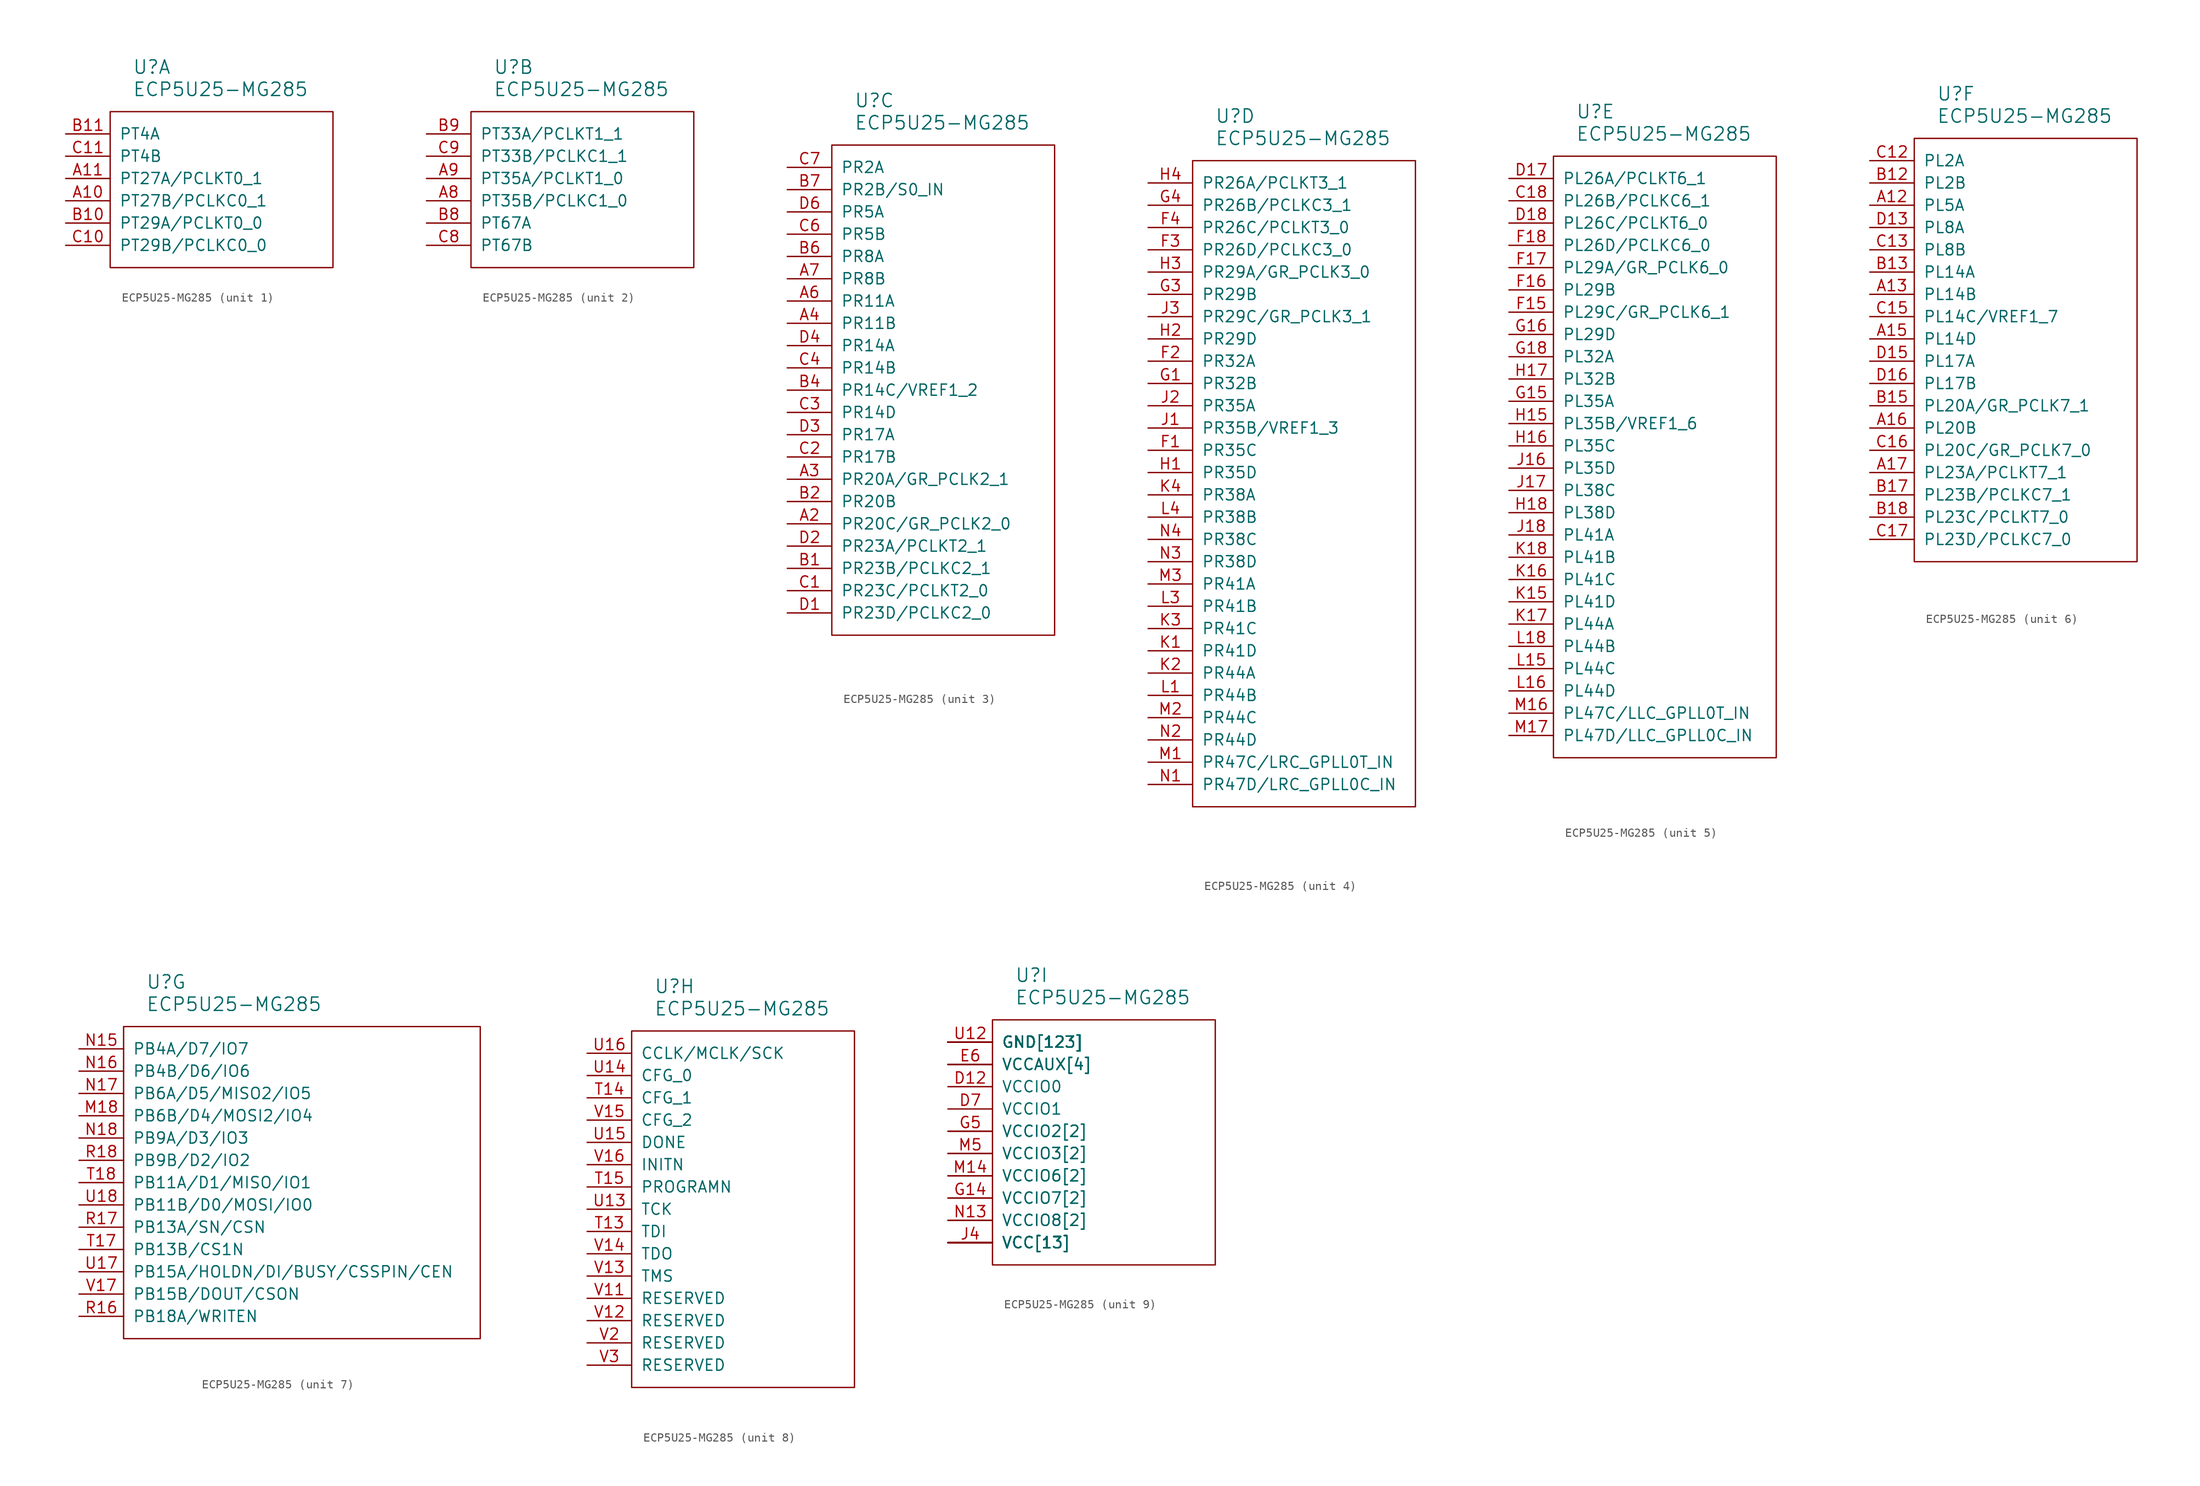
<source format=kicad_sym>
(kicad_symbol_lib
  (version 20220914)
  (generator kicad_symbol_editor)
  (symbol "ECP5U25-MG285"
    (pin_names
      (offset 1.016))
    (property "Reference" "U"
      (at 2.54 5.08 0)
      (effects (font (size 1.524 1.524)) (justify left)))
    (property "Value" "ECP5U25-MG285"
      (at 2.54 2.54 0)
      (effects (font (size 1.524 1.524)) (justify left)))
    (property "ki_locked" ""
      (at 0 0 0)
      (effects (font (size 1.27 1.27))))
    (symbol "ECP5U25-MG285_1_1"
      (rectangle (start 0 0) (end 25.4 -17.78) (stroke (width 0.152) (type solid)) (fill (type none)))
      (pin bidirectional line (at -5.08 -10.16 0) (length 5.08) (name "PT27B/PCLKC0_1" (effects (font (size 1.27 1.27)))) (number "A10" (effects (font (size 1.27 1.27)))))
      (pin bidirectional line (at -5.08 -7.62 0) (length 5.08) (name "PT27A/PCLKT0_1" (effects (font (size 1.27 1.27)))) (number "A11" (effects (font (size 1.27 1.27)))))
      (pin bidirectional line (at -5.08 -12.7 0) (length 5.08) (name "PT29A/PCLKT0_0" (effects (font (size 1.27 1.27)))) (number "B10" (effects (font (size 1.27 1.27)))))
      (pin bidirectional line (at -5.08 -2.54 0) (length 5.08) (name "PT4A" (effects (font (size 1.27 1.27)))) (number "B11" (effects (font (size 1.27 1.27)))))
      (pin bidirectional line (at -5.08 -15.24 0) (length 5.08) (name "PT29B/PCLKC0_0" (effects (font (size 1.27 1.27)))) (number "C10" (effects (font (size 1.27 1.27)))))
      (pin bidirectional line (at -5.08 -5.08 0) (length 5.08) (name "PT4B" (effects (font (size 1.27 1.27)))) (number "C11" (effects (font (size 1.27 1.27))))))
    (symbol "ECP5U25-MG285_2_1"
      (rectangle (start 0 0) (end 25.4 -17.78) (stroke (width 0.152) (type solid)) (fill (type none)))
      (pin bidirectional line (at -5.08 -10.16 0) (length 5.08) (name "PT35B/PCLKC1_0" (effects (font (size 1.27 1.27)))) (number "A8" (effects (font (size 1.27 1.27)))))
      (pin bidirectional line (at -5.08 -7.62 0) (length 5.08) (name "PT35A/PCLKT1_0" (effects (font (size 1.27 1.27)))) (number "A9" (effects (font (size 1.27 1.27)))))
      (pin bidirectional line (at -5.08 -12.7 0) (length 5.08) (name "PT67A" (effects (font (size 1.27 1.27)))) (number "B8" (effects (font (size 1.27 1.27)))))
      (pin bidirectional line (at -5.08 -2.54 0) (length 5.08) (name "PT33A/PCLKT1_1" (effects (font (size 1.27 1.27)))) (number "B9" (effects (font (size 1.27 1.27)))))
      (pin bidirectional line (at -5.08 -15.24 0) (length 5.08) (name "PT67B" (effects (font (size 1.27 1.27)))) (number "C8" (effects (font (size 1.27 1.27)))))
      (pin bidirectional line (at -5.08 -5.08 0) (length 5.08) (name "PT33B/PCLKC1_1" (effects (font (size 1.27 1.27)))) (number "C9" (effects (font (size 1.27 1.27))))))
    (symbol "ECP5U25-MG285_3_1"
      (rectangle (start 0 0) (end 25.4 -55.88) (stroke (width 0.152) (type solid)) (fill (type none)))
      (pin bidirectional line (at -5.08 -43.18 0) (length 5.08) (name "PR20C/GR_PCLK2_0" (effects (font (size 1.27 1.27)))) (number "A2" (effects (font (size 1.27 1.27)))))
      (pin bidirectional line (at -5.08 -38.1 0) (length 5.08) (name "PR20A/GR_PCLK2_1" (effects (font (size 1.27 1.27)))) (number "A3" (effects (font (size 1.27 1.27)))))
      (pin bidirectional line (at -5.08 -20.32 0) (length 5.08) (name "PR11B" (effects (font (size 1.27 1.27)))) (number "A4" (effects (font (size 1.27 1.27)))))
      (pin bidirectional line (at -5.08 -17.78 0) (length 5.08) (name "PR11A" (effects (font (size 1.27 1.27)))) (number "A6" (effects (font (size 1.27 1.27)))))
      (pin bidirectional line (at -5.08 -15.24 0) (length 5.08) (name "PR8B" (effects (font (size 1.27 1.27)))) (number "A7" (effects (font (size 1.27 1.27)))))
      (pin bidirectional line (at -5.08 -48.26 0) (length 5.08) (name "PR23B/PCLKC2_1" (effects (font (size 1.27 1.27)))) (number "B1" (effects (font (size 1.27 1.27)))))
      (pin bidirectional line (at -5.08 -40.64 0) (length 5.08) (name "PR20B" (effects (font (size 1.27 1.27)))) (number "B2" (effects (font (size 1.27 1.27)))))
      (pin bidirectional line (at -5.08 -27.94 0) (length 5.08) (name "PR14C/VREF1_2" (effects (font (size 1.27 1.27)))) (number "B4" (effects (font (size 1.27 1.27)))))
      (pin bidirectional line (at -5.08 -12.7 0) (length 5.08) (name "PR8A" (effects (font (size 1.27 1.27)))) (number "B6" (effects (font (size 1.27 1.27)))))
      (pin bidirectional line (at -5.08 -5.08 0) (length 5.08) (name "PR2B/S0_IN" (effects (font (size 1.27 1.27)))) (number "B7" (effects (font (size 1.27 1.27)))))
      (pin bidirectional line (at -5.08 -50.8 0) (length 5.08) (name "PR23C/PCLKT2_0" (effects (font (size 1.27 1.27)))) (number "C1" (effects (font (size 1.27 1.27)))))
      (pin bidirectional line (at -5.08 -35.56 0) (length 5.08) (name "PR17B" (effects (font (size 1.27 1.27)))) (number "C2" (effects (font (size 1.27 1.27)))))
      (pin bidirectional line (at -5.08 -30.48 0) (length 5.08) (name "PR14D" (effects (font (size 1.27 1.27)))) (number "C3" (effects (font (size 1.27 1.27)))))
      (pin bidirectional line (at -5.08 -25.4 0) (length 5.08) (name "PR14B" (effects (font (size 1.27 1.27)))) (number "C4" (effects (font (size 1.27 1.27)))))
      (pin bidirectional line (at -5.08 -10.16 0) (length 5.08) (name "PR5B" (effects (font (size 1.27 1.27)))) (number "C6" (effects (font (size 1.27 1.27)))))
      (pin bidirectional line (at -5.08 -2.54 0) (length 5.08) (name "PR2A" (effects (font (size 1.27 1.27)))) (number "C7" (effects (font (size 1.27 1.27)))))
      (pin bidirectional line (at -5.08 -53.34 0) (length 5.08) (name "PR23D/PCLKC2_0" (effects (font (size 1.27 1.27)))) (number "D1" (effects (font (size 1.27 1.27)))))
      (pin bidirectional line (at -5.08 -45.72 0) (length 5.08) (name "PR23A/PCLKT2_1" (effects (font (size 1.27 1.27)))) (number "D2" (effects (font (size 1.27 1.27)))))
      (pin bidirectional line (at -5.08 -33.02 0) (length 5.08) (name "PR17A" (effects (font (size 1.27 1.27)))) (number "D3" (effects (font (size 1.27 1.27)))))
      (pin bidirectional line (at -5.08 -22.86 0) (length 5.08) (name "PR14A" (effects (font (size 1.27 1.27)))) (number "D4" (effects (font (size 1.27 1.27)))))
      (pin bidirectional line (at -5.08 -7.62 0) (length 5.08) (name "PR5A" (effects (font (size 1.27 1.27)))) (number "D6" (effects (font (size 1.27 1.27))))))
    (symbol "ECP5U25-MG285_4_1"
      (rectangle (start 0 0) (end 25.4 -73.66) (stroke (width 0.152) (type solid)) (fill (type none)))
      (pin bidirectional line (at -5.08 -33.02 0) (length 5.08) (name "PR35C" (effects (font (size 1.27 1.27)))) (number "F1" (effects (font (size 1.27 1.27)))))
      (pin bidirectional line (at -5.08 -22.86 0) (length 5.08) (name "PR32A" (effects (font (size 1.27 1.27)))) (number "F2" (effects (font (size 1.27 1.27)))))
      (pin bidirectional line (at -5.08 -10.16 0) (length 5.08) (name "PR26D/PCLKC3_0" (effects (font (size 1.27 1.27)))) (number "F3" (effects (font (size 1.27 1.27)))))
      (pin bidirectional line (at -5.08 -7.62 0) (length 5.08) (name "PR26C/PCLKT3_0" (effects (font (size 1.27 1.27)))) (number "F4" (effects (font (size 1.27 1.27)))))
      (pin bidirectional line (at -5.08 -25.4 0) (length 5.08) (name "PR32B" (effects (font (size 1.27 1.27)))) (number "G1" (effects (font (size 1.27 1.27)))))
      (pin bidirectional line (at -5.08 -15.24 0) (length 5.08) (name "PR29B" (effects (font (size 1.27 1.27)))) (number "G3" (effects (font (size 1.27 1.27)))))
      (pin bidirectional line (at -5.08 -5.08 0) (length 5.08) (name "PR26B/PCLKC3_1" (effects (font (size 1.27 1.27)))) (number "G4" (effects (font (size 1.27 1.27)))))
      (pin bidirectional line (at -5.08 -35.56 0) (length 5.08) (name "PR35D" (effects (font (size 1.27 1.27)))) (number "H1" (effects (font (size 1.27 1.27)))))
      (pin bidirectional line (at -5.08 -20.32 0) (length 5.08) (name "PR29D" (effects (font (size 1.27 1.27)))) (number "H2" (effects (font (size 1.27 1.27)))))
      (pin bidirectional line (at -5.08 -12.7 0) (length 5.08) (name "PR29A/GR_PCLK3_0" (effects (font (size 1.27 1.27)))) (number "H3" (effects (font (size 1.27 1.27)))))
      (pin bidirectional line (at -5.08 -2.54 0) (length 5.08) (name "PR26A/PCLKT3_1" (effects (font (size 1.27 1.27)))) (number "H4" (effects (font (size 1.27 1.27)))))
      (pin bidirectional line (at -5.08 -30.48 0) (length 5.08) (name "PR35B/VREF1_3" (effects (font (size 1.27 1.27)))) (number "J1" (effects (font (size 1.27 1.27)))))
      (pin bidirectional line (at -5.08 -27.94 0) (length 5.08) (name "PR35A" (effects (font (size 1.27 1.27)))) (number "J2" (effects (font (size 1.27 1.27)))))
      (pin bidirectional line (at -5.08 -17.78 0) (length 5.08) (name "PR29C/GR_PCLK3_1" (effects (font (size 1.27 1.27)))) (number "J3" (effects (font (size 1.27 1.27)))))
      (pin bidirectional line (at -5.08 -55.88 0) (length 5.08) (name "PR41D" (effects (font (size 1.27 1.27)))) (number "K1" (effects (font (size 1.27 1.27)))))
      (pin bidirectional line (at -5.08 -58.42 0) (length 5.08) (name "PR44A" (effects (font (size 1.27 1.27)))) (number "K2" (effects (font (size 1.27 1.27)))))
      (pin bidirectional line (at -5.08 -53.34 0) (length 5.08) (name "PR41C" (effects (font (size 1.27 1.27)))) (number "K3" (effects (font (size 1.27 1.27)))))
      (pin bidirectional line (at -5.08 -38.1 0) (length 5.08) (name "PR38A" (effects (font (size 1.27 1.27)))) (number "K4" (effects (font (size 1.27 1.27)))))
      (pin bidirectional line (at -5.08 -60.96 0) (length 5.08) (name "PR44B" (effects (font (size 1.27 1.27)))) (number "L1" (effects (font (size 1.27 1.27)))))
      (pin bidirectional line (at -5.08 -50.8 0) (length 5.08) (name "PR41B" (effects (font (size 1.27 1.27)))) (number "L3" (effects (font (size 1.27 1.27)))))
      (pin bidirectional line (at -5.08 -40.64 0) (length 5.08) (name "PR38B" (effects (font (size 1.27 1.27)))) (number "L4" (effects (font (size 1.27 1.27)))))
      (pin bidirectional line (at -5.08 -68.58 0) (length 5.08) (name "PR47C/LRC_GPLL0T_IN" (effects (font (size 1.27 1.27)))) (number "M1" (effects (font (size 1.27 1.27)))))
      (pin bidirectional line (at -5.08 -63.5 0) (length 5.08) (name "PR44C" (effects (font (size 1.27 1.27)))) (number "M2" (effects (font (size 1.27 1.27)))))
      (pin bidirectional line (at -5.08 -48.26 0) (length 5.08) (name "PR41A" (effects (font (size 1.27 1.27)))) (number "M3" (effects (font (size 1.27 1.27)))))
      (pin bidirectional line (at -5.08 -71.12 0) (length 5.08) (name "PR47D/LRC_GPLL0C_IN" (effects (font (size 1.27 1.27)))) (number "N1" (effects (font (size 1.27 1.27)))))
      (pin bidirectional line (at -5.08 -66.04 0) (length 5.08) (name "PR44D" (effects (font (size 1.27 1.27)))) (number "N2" (effects (font (size 1.27 1.27)))))
      (pin bidirectional line (at -5.08 -45.72 0) (length 5.08) (name "PR38D" (effects (font (size 1.27 1.27)))) (number "N3" (effects (font (size 1.27 1.27)))))
      (pin bidirectional line (at -5.08 -43.18 0) (length 5.08) (name "PR38C" (effects (font (size 1.27 1.27)))) (number "N4" (effects (font (size 1.27 1.27))))))
    (symbol "ECP5U25-MG285_5_1"
      (rectangle (start 0 0) (end 25.4 -68.58) (stroke (width 0.152) (type solid)) (fill (type none)))
      (pin bidirectional line (at -5.08 -5.08 0) (length 5.08) (name "PL26B/PCLKC6_1" (effects (font (size 1.27 1.27)))) (number "C18" (effects (font (size 1.27 1.27)))))
      (pin bidirectional line (at -5.08 -2.54 0) (length 5.08) (name "PL26A/PCLKT6_1" (effects (font (size 1.27 1.27)))) (number "D17" (effects (font (size 1.27 1.27)))))
      (pin bidirectional line (at -5.08 -7.62 0) (length 5.08) (name "PL26C/PCLKT6_0" (effects (font (size 1.27 1.27)))) (number "D18" (effects (font (size 1.27 1.27)))))
      (pin bidirectional line (at -5.08 -17.78 0) (length 5.08) (name "PL29C/GR_PCLK6_1" (effects (font (size 1.27 1.27)))) (number "F15" (effects (font (size 1.27 1.27)))))
      (pin bidirectional line (at -5.08 -15.24 0) (length 5.08) (name "PL29B" (effects (font (size 1.27 1.27)))) (number "F16" (effects (font (size 1.27 1.27)))))
      (pin bidirectional line (at -5.08 -12.7 0) (length 5.08) (name "PL29A/GR_PCLK6_0" (effects (font (size 1.27 1.27)))) (number "F17" (effects (font (size 1.27 1.27)))))
      (pin bidirectional line (at -5.08 -10.16 0) (length 5.08) (name "PL26D/PCLKC6_0" (effects (font (size 1.27 1.27)))) (number "F18" (effects (font (size 1.27 1.27)))))
      (pin bidirectional line (at -5.08 -27.94 0) (length 5.08) (name "PL35A" (effects (font (size 1.27 1.27)))) (number "G15" (effects (font (size 1.27 1.27)))))
      (pin bidirectional line (at -5.08 -20.32 0) (length 5.08) (name "PL29D" (effects (font (size 1.27 1.27)))) (number "G16" (effects (font (size 1.27 1.27)))))
      (pin bidirectional line (at -5.08 -22.86 0) (length 5.08) (name "PL32A" (effects (font (size 1.27 1.27)))) (number "G18" (effects (font (size 1.27 1.27)))))
      (pin bidirectional line (at -5.08 -30.48 0) (length 5.08) (name "PL35B/VREF1_6" (effects (font (size 1.27 1.27)))) (number "H15" (effects (font (size 1.27 1.27)))))
      (pin bidirectional line (at -5.08 -33.02 0) (length 5.08) (name "PL35C" (effects (font (size 1.27 1.27)))) (number "H16" (effects (font (size 1.27 1.27)))))
      (pin bidirectional line (at -5.08 -25.4 0) (length 5.08) (name "PL32B" (effects (font (size 1.27 1.27)))) (number "H17" (effects (font (size 1.27 1.27)))))
      (pin bidirectional line (at -5.08 -40.64 0) (length 5.08) (name "PL38D" (effects (font (size 1.27 1.27)))) (number "H18" (effects (font (size 1.27 1.27)))))
      (pin bidirectional line (at -5.08 -35.56 0) (length 5.08) (name "PL35D" (effects (font (size 1.27 1.27)))) (number "J16" (effects (font (size 1.27 1.27)))))
      (pin bidirectional line (at -5.08 -38.1 0) (length 5.08) (name "PL38C" (effects (font (size 1.27 1.27)))) (number "J17" (effects (font (size 1.27 1.27)))))
      (pin bidirectional line (at -5.08 -43.18 0) (length 5.08) (name "PL41A" (effects (font (size 1.27 1.27)))) (number "J18" (effects (font (size 1.27 1.27)))))
      (pin bidirectional line (at -5.08 -50.8 0) (length 5.08) (name "PL41D" (effects (font (size 1.27 1.27)))) (number "K15" (effects (font (size 1.27 1.27)))))
      (pin bidirectional line (at -5.08 -48.26 0) (length 5.08) (name "PL41C" (effects (font (size 1.27 1.27)))) (number "K16" (effects (font (size 1.27 1.27)))))
      (pin bidirectional line (at -5.08 -53.34 0) (length 5.08) (name "PL44A" (effects (font (size 1.27 1.27)))) (number "K17" (effects (font (size 1.27 1.27)))))
      (pin bidirectional line (at -5.08 -45.72 0) (length 5.08) (name "PL41B" (effects (font (size 1.27 1.27)))) (number "K18" (effects (font (size 1.27 1.27)))))
      (pin bidirectional line (at -5.08 -58.42 0) (length 5.08) (name "PL44C" (effects (font (size 1.27 1.27)))) (number "L15" (effects (font (size 1.27 1.27)))))
      (pin bidirectional line (at -5.08 -60.96 0) (length 5.08) (name "PL44D" (effects (font (size 1.27 1.27)))) (number "L16" (effects (font (size 1.27 1.27)))))
      (pin bidirectional line (at -5.08 -55.88 0) (length 5.08) (name "PL44B" (effects (font (size 1.27 1.27)))) (number "L18" (effects (font (size 1.27 1.27)))))
      (pin bidirectional line (at -5.08 -63.5 0) (length 5.08) (name "PL47C/LLC_GPLL0T_IN" (effects (font (size 1.27 1.27)))) (number "M16" (effects (font (size 1.27 1.27)))))
      (pin bidirectional line (at -5.08 -66.04 0) (length 5.08) (name "PL47D/LLC_GPLL0C_IN" (effects (font (size 1.27 1.27)))) (number "M17" (effects (font (size 1.27 1.27))))))
    (symbol "ECP5U25-MG285_6_1"
      (rectangle (start 0 0) (end 25.4 -48.26) (stroke (width 0.152) (type solid)) (fill (type none)))
      (pin bidirectional line (at -5.08 -7.62 0) (length 5.08) (name "PL5A" (effects (font (size 1.27 1.27)))) (number "A12" (effects (font (size 1.27 1.27)))))
      (pin bidirectional line (at -5.08 -17.78 0) (length 5.08) (name "PL14B" (effects (font (size 1.27 1.27)))) (number "A13" (effects (font (size 1.27 1.27)))))
      (pin bidirectional line (at -5.08 -22.86 0) (length 5.08) (name "PL14D" (effects (font (size 1.27 1.27)))) (number "A15" (effects (font (size 1.27 1.27)))))
      (pin bidirectional line (at -5.08 -33.02 0) (length 5.08) (name "PL20B" (effects (font (size 1.27 1.27)))) (number "A16" (effects (font (size 1.27 1.27)))))
      (pin bidirectional line (at -5.08 -38.1 0) (length 5.08) (name "PL23A/PCLKT7_1" (effects (font (size 1.27 1.27)))) (number "A17" (effects (font (size 1.27 1.27)))))
      (pin bidirectional line (at -5.08 -5.08 0) (length 5.08) (name "PL2B" (effects (font (size 1.27 1.27)))) (number "B12" (effects (font (size 1.27 1.27)))))
      (pin bidirectional line (at -5.08 -15.24 0) (length 5.08) (name "PL14A" (effects (font (size 1.27 1.27)))) (number "B13" (effects (font (size 1.27 1.27)))))
      (pin bidirectional line (at -5.08 -30.48 0) (length 5.08) (name "PL20A/GR_PCLK7_1" (effects (font (size 1.27 1.27)))) (number "B15" (effects (font (size 1.27 1.27)))))
      (pin bidirectional line (at -5.08 -40.64 0) (length 5.08) (name "PL23B/PCLKC7_1" (effects (font (size 1.27 1.27)))) (number "B17" (effects (font (size 1.27 1.27)))))
      (pin bidirectional line (at -5.08 -43.18 0) (length 5.08) (name "PL23C/PCLKT7_0" (effects (font (size 1.27 1.27)))) (number "B18" (effects (font (size 1.27 1.27)))))
      (pin bidirectional line (at -5.08 -2.54 0) (length 5.08) (name "PL2A" (effects (font (size 1.27 1.27)))) (number "C12" (effects (font (size 1.27 1.27)))))
      (pin bidirectional line (at -5.08 -12.7 0) (length 5.08) (name "PL8B" (effects (font (size 1.27 1.27)))) (number "C13" (effects (font (size 1.27 1.27)))))
      (pin bidirectional line (at -5.08 -20.32 0) (length 5.08) (name "PL14C/VREF1_7" (effects (font (size 1.27 1.27)))) (number "C15" (effects (font (size 1.27 1.27)))))
      (pin bidirectional line (at -5.08 -35.56 0) (length 5.08) (name "PL20C/GR_PCLK7_0" (effects (font (size 1.27 1.27)))) (number "C16" (effects (font (size 1.27 1.27)))))
      (pin bidirectional line (at -5.08 -45.72 0) (length 5.08) (name "PL23D/PCLKC7_0" (effects (font (size 1.27 1.27)))) (number "C17" (effects (font (size 1.27 1.27)))))
      (pin bidirectional line (at -5.08 -10.16 0) (length 5.08) (name "PL8A" (effects (font (size 1.27 1.27)))) (number "D13" (effects (font (size 1.27 1.27)))))
      (pin bidirectional line (at -5.08 -25.4 0) (length 5.08) (name "PL17A" (effects (font (size 1.27 1.27)))) (number "D15" (effects (font (size 1.27 1.27)))))
      (pin bidirectional line (at -5.08 -27.94 0) (length 5.08) (name "PL17B" (effects (font (size 1.27 1.27)))) (number "D16" (effects (font (size 1.27 1.27))))))
    (symbol "ECP5U25-MG285_7_1"
      (rectangle (start 0 0) (end 40.64 -35.56) (stroke (width 0.152) (type solid)) (fill (type none)))
      (pin bidirectional line (at -5.08 -10.16 0) (length 5.08) (name "PB6B/D4/MOSI2/IO4" (effects (font (size 1.27 1.27)))) (number "M18" (effects (font (size 1.27 1.27)))))
      (pin bidirectional line (at -5.08 -2.54 0) (length 5.08) (name "PB4A/D7/IO7" (effects (font (size 1.27 1.27)))) (number "N15" (effects (font (size 1.27 1.27)))))
      (pin bidirectional line (at -5.08 -5.08 0) (length 5.08) (name "PB4B/D6/IO6" (effects (font (size 1.27 1.27)))) (number "N16" (effects (font (size 1.27 1.27)))))
      (pin bidirectional line (at -5.08 -7.62 0) (length 5.08) (name "PB6A/D5/MISO2/IO5" (effects (font (size 1.27 1.27)))) (number "N17" (effects (font (size 1.27 1.27)))))
      (pin bidirectional line (at -5.08 -12.7 0) (length 5.08) (name "PB9A/D3/IO3" (effects (font (size 1.27 1.27)))) (number "N18" (effects (font (size 1.27 1.27)))))
      (pin bidirectional line (at -5.08 -33.02 0) (length 5.08) (name "PB18A/WRITEN" (effects (font (size 1.27 1.27)))) (number "R16" (effects (font (size 1.27 1.27)))))
      (pin bidirectional line (at -5.08 -22.86 0) (length 5.08) (name "PB13A/SN/CSN" (effects (font (size 1.27 1.27)))) (number "R17" (effects (font (size 1.27 1.27)))))
      (pin bidirectional line (at -5.08 -15.24 0) (length 5.08) (name "PB9B/D2/IO2" (effects (font (size 1.27 1.27)))) (number "R18" (effects (font (size 1.27 1.27)))))
      (pin bidirectional line (at -5.08 -25.4 0) (length 5.08) (name "PB13B/CS1N" (effects (font (size 1.27 1.27)))) (number "T17" (effects (font (size 1.27 1.27)))))
      (pin bidirectional line (at -5.08 -17.78 0) (length 5.08) (name "PB11A/D1/MISO/IO1" (effects (font (size 1.27 1.27)))) (number "T18" (effects (font (size 1.27 1.27)))))
      (pin bidirectional line (at -5.08 -27.94 0) (length 5.08) (name "PB15A/HOLDN/DI/BUSY/CSSPIN/CEN" (effects (font (size 1.27 1.27)))) (number "U17" (effects (font (size 1.27 1.27)))))
      (pin bidirectional line (at -5.08 -20.32 0) (length 5.08) (name "PB11B/D0/MOSI/IO0" (effects (font (size 1.27 1.27)))) (number "U18" (effects (font (size 1.27 1.27)))))
      (pin bidirectional line (at -5.08 -30.48 0) (length 5.08) (name "PB15B/DOUT/CSON" (effects (font (size 1.27 1.27)))) (number "V17" (effects (font (size 1.27 1.27))))))
    (symbol "ECP5U25-MG285_8_1"
      (rectangle (start 0 0) (end 25.4 -40.64) (stroke (width 0.152) (type solid)) (fill (type none)))
      (pin power_in line (at -5.08 -22.86 0) (length 5.08) (name "TDI" (effects (font (size 1.27 1.27)))) (number "T13" (effects (font (size 1.27 1.27)))))
      (pin power_in line (at -5.08 -7.62 0) (length 5.08) (name "CFG_1" (effects (font (size 1.27 1.27)))) (number "T14" (effects (font (size 1.27 1.27)))))
      (pin power_in line (at -5.08 -17.78 0) (length 5.08) (name "PROGRAMN" (effects (font (size 1.27 1.27)))) (number "T15" (effects (font (size 1.27 1.27)))))
      (pin power_in line (at -5.08 -20.32 0) (length 5.08) (name "TCK" (effects (font (size 1.27 1.27)))) (number "U13" (effects (font (size 1.27 1.27)))))
      (pin power_in line (at -5.08 -5.08 0) (length 5.08) (name "CFG_0" (effects (font (size 1.27 1.27)))) (number "U14" (effects (font (size 1.27 1.27)))))
      (pin power_in line (at -5.08 -12.7 0) (length 5.08) (name "DONE" (effects (font (size 1.27 1.27)))) (number "U15" (effects (font (size 1.27 1.27)))))
      (pin power_in line (at -5.08 -2.54 0) (length 5.08) (name "CCLK/MCLK/SCK" (effects (font (size 1.27 1.27)))) (number "U16" (effects (font (size 1.27 1.27)))))
      (pin power_in line (at -5.08 -30.48 0) (length 5.08) (name "RESERVED" (effects (font (size 1.27 1.27)))) (number "V11" (effects (font (size 1.27 1.27)))))
      (pin power_in line (at -5.08 -33.02 0) (length 5.08) (name "RESERVED" (effects (font (size 1.27 1.27)))) (number "V12" (effects (font (size 1.27 1.27)))))
      (pin power_in line (at -5.08 -27.94 0) (length 5.08) (name "TMS" (effects (font (size 1.27 1.27)))) (number "V13" (effects (font (size 1.27 1.27)))))
      (pin power_in line (at -5.08 -25.4 0) (length 5.08) (name "TDO" (effects (font (size 1.27 1.27)))) (number "V14" (effects (font (size 1.27 1.27)))))
      (pin power_in line (at -5.08 -10.16 0) (length 5.08) (name "CFG_2" (effects (font (size 1.27 1.27)))) (number "V15" (effects (font (size 1.27 1.27)))))
      (pin power_in line (at -5.08 -15.24 0) (length 5.08) (name "INITN" (effects (font (size 1.27 1.27)))) (number "V16" (effects (font (size 1.27 1.27)))))
      (pin power_in line (at -5.08 -35.56 0) (length 5.08) (name "RESERVED" (effects (font (size 1.27 1.27)))) (number "V2" (effects (font (size 1.27 1.27)))))
      (pin power_in line (at -5.08 -38.1 0) (length 5.08) (name "RESERVED" (effects (font (size 1.27 1.27)))) (number "V3" (effects (font (size 1.27 1.27))))))
    (symbol "ECP5U25-MG285_9_1"
      (rectangle (start 0 0) (end 25.4 -27.94) (stroke (width 0.152) (type solid)) (fill (type none)))
      (pin power_in line (at -5.08 -2.54 0) (length 5.08) (name "GND[123]" (effects (font (size 1.27 1.27)))) (number "B16" (effects (font (size 0 0)))))
      (pin power_in line (at -5.08 -2.54 0) (length 5.08) (name "GND[123]" (effects (font (size 1.27 1.27)))) (number "B3" (effects (font (size 0 0)))))
      (pin power_in line (at -5.08 -25.4 0) (length 5.08) (name "VCC[13]" (effects (font (size 1.27 1.27)))) (number "D10" (effects (font (size 0 0)))))
      (pin power_in line (at -5.08 -25.4 0) (length 5.08) (name "VCC[13]" (effects (font (size 1.27 1.27)))) (number "D11" (effects (font (size 0 0)))))
      (pin power_in line (at -5.08 -7.62 0) (length 5.08) (name "VCCIO0" (effects (font (size 1.27 1.27)))) (number "D12" (effects (font (size 1.27 1.27)))))
      (pin power_in line (at -5.08 -10.16 0) (length 5.08) (name "VCCIO1" (effects (font (size 1.27 1.27)))) (number "D7" (effects (font (size 1.27 1.27)))))
      (pin power_in line (at -5.08 -25.4 0) (length 5.08) (name "VCC[13]" (effects (font (size 1.27 1.27)))) (number "D8" (effects (font (size 0 0)))))
      (pin power_in line (at -5.08 -25.4 0) (length 5.08) (name "VCC[13]" (effects (font (size 1.27 1.27)))) (number "D9" (effects (font (size 0 0)))))
      (pin power_in line (at -5.08 -2.54 0) (length 5.08) (name "GND[123]" (effects (font (size 1.27 1.27)))) (number "E10" (effects (font (size 0 0)))))
      (pin power_in line (at -5.08 -2.54 0) (length 5.08) (name "GND[123]" (effects (font (size 1.27 1.27)))) (number "E11" (effects (font (size 0 0)))))
      (pin power_in line (at -5.08 -2.54 0) (length 5.08) (name "GND[123]" (effects (font (size 1.27 1.27)))) (number "E12" (effects (font (size 0 0)))))
      (pin power_in line (at -5.08 -5.08 0) (length 5.08) (name "VCCAUX[4]" (effects (font (size 1.27 1.27)))) (number "E13" (effects (font (size 0 0)))))
      (pin power_in line (at -5.08 -2.54 0) (length 5.08) (name "GND[123]" (effects (font (size 1.27 1.27)))) (number "E14" (effects (font (size 0 0)))))
      (pin power_in line (at -5.08 -2.54 0) (length 5.08) (name "GND[123]" (effects (font (size 1.27 1.27)))) (number "E5" (effects (font (size 0 0)))))
      (pin power_in line (at -5.08 -5.08 0) (length 5.08) (name "VCCAUX[4]" (effects (font (size 1.27 1.27)))) (number "E6" (effects (font (size 1.27 1.27)))))
      (pin power_in line (at -5.08 -2.54 0) (length 5.08) (name "GND[123]" (effects (font (size 1.27 1.27)))) (number "E7" (effects (font (size 0 0)))))
      (pin power_in line (at -5.08 -2.54 0) (length 5.08) (name "GND[123]" (effects (font (size 1.27 1.27)))) (number "E8" (effects (font (size 0 0)))))
      (pin power_in line (at -5.08 -2.54 0) (length 5.08) (name "GND[123]" (effects (font (size 1.27 1.27)))) (number "E9" (effects (font (size 0 0)))))
      (pin power_in line (at -5.08 -2.54 0) (length 5.08) (name "GND[123]" (effects (font (size 1.27 1.27)))) (number "F10" (effects (font (size 0 0)))))
      (pin power_in line (at -5.08 -2.54 0) (length 5.08) (name "GND[123]" (effects (font (size 1.27 1.27)))) (number "F11" (effects (font (size 0 0)))))
      (pin power_in line (at -5.08 -2.54 0) (length 5.08) (name "GND[123]" (effects (font (size 1.27 1.27)))) (number "F12" (effects (font (size 0 0)))))
      (pin power_in line (at -5.08 -2.54 0) (length 5.08) (name "GND[123]" (effects (font (size 1.27 1.27)))) (number "F13" (effects (font (size 0 0)))))
      (pin power_in line (at -5.08 -2.54 0) (length 5.08) (name "GND[123]" (effects (font (size 1.27 1.27)))) (number "F14" (effects (font (size 0 0)))))
      (pin power_in line (at -5.08 -2.54 0) (length 5.08) (name "GND[123]" (effects (font (size 1.27 1.27)))) (number "F5" (effects (font (size 0 0)))))
      (pin power_in line (at -5.08 -2.54 0) (length 5.08) (name "GND[123]" (effects (font (size 1.27 1.27)))) (number "F6" (effects (font (size 0 0)))))
      (pin power_in line (at -5.08 -2.54 0) (length 5.08) (name "GND[123]" (effects (font (size 1.27 1.27)))) (number "F7" (effects (font (size 0 0)))))
      (pin power_in line (at -5.08 -2.54 0) (length 5.08) (name "GND[123]" (effects (font (size 1.27 1.27)))) (number "F8" (effects (font (size 0 0)))))
      (pin power_in line (at -5.08 -2.54 0) (length 5.08) (name "GND[123]" (effects (font (size 1.27 1.27)))) (number "F9" (effects (font (size 0 0)))))
      (pin power_in line (at -5.08 -2.54 0) (length 5.08) (name "GND[123]" (effects (font (size 1.27 1.27)))) (number "G10" (effects (font (size 0 0)))))
      (pin power_in line (at -5.08 -2.54 0) (length 5.08) (name "GND[123]" (effects (font (size 1.27 1.27)))) (number "G11" (effects (font (size 0 0)))))
      (pin power_in line (at -5.08 -2.54 0) (length 5.08) (name "GND[123]" (effects (font (size 1.27 1.27)))) (number "G12" (effects (font (size 0 0)))))
      (pin power_in line (at -5.08 -2.54 0) (length 5.08) (name "GND[123]" (effects (font (size 1.27 1.27)))) (number "G13" (effects (font (size 0 0)))))
      (pin power_in line (at -5.08 -20.32 0) (length 5.08) (name "VCCIO7[2]" (effects (font (size 1.27 1.27)))) (number "G14" (effects (font (size 1.27 1.27)))))
      (pin power_in line (at -5.08 -2.54 0) (length 5.08) (name "GND[123]" (effects (font (size 1.27 1.27)))) (number "G17" (effects (font (size 0 0)))))
      (pin power_in line (at -5.08 -2.54 0) (length 5.08) (name "GND[123]" (effects (font (size 1.27 1.27)))) (number "G2" (effects (font (size 0 0)))))
      (pin power_in line (at -5.08 -12.7 0) (length 5.08) (name "VCCIO2[2]" (effects (font (size 1.27 1.27)))) (number "G5" (effects (font (size 1.27 1.27)))))
      (pin power_in line (at -5.08 -2.54 0) (length 5.08) (name "GND[123]" (effects (font (size 1.27 1.27)))) (number "G6" (effects (font (size 0 0)))))
      (pin power_in line (at -5.08 -2.54 0) (length 5.08) (name "GND[123]" (effects (font (size 1.27 1.27)))) (number "G7" (effects (font (size 0 0)))))
      (pin power_in line (at -5.08 -2.54 0) (length 5.08) (name "GND[123]" (effects (font (size 1.27 1.27)))) (number "G8" (effects (font (size 0 0)))))
      (pin power_in line (at -5.08 -2.54 0) (length 5.08) (name "GND[123]" (effects (font (size 1.27 1.27)))) (number "G9" (effects (font (size 0 0)))))
      (pin power_in line (at -5.08 -2.54 0) (length 5.08) (name "GND[123]" (effects (font (size 1.27 1.27)))) (number "H10" (effects (font (size 0 0)))))
      (pin power_in line (at -5.08 -2.54 0) (length 5.08) (name "GND[123]" (effects (font (size 1.27 1.27)))) (number "H11" (effects (font (size 0 0)))))
      (pin power_in line (at -5.08 -2.54 0) (length 5.08) (name "GND[123]" (effects (font (size 1.27 1.27)))) (number "H12" (effects (font (size 0 0)))))
      (pin power_in line (at -5.08 -2.54 0) (length 5.08) (name "GND[123]" (effects (font (size 1.27 1.27)))) (number "H13" (effects (font (size 0 0)))))
      (pin power_in line (at -5.08 -20.32 0) (length 5.08) (name "VCCIO7[2]" (effects (font (size 1.27 1.27)))) (number "H14" (effects (font (size 0 0)))))
      (pin power_in line (at -5.08 -12.7 0) (length 5.08) (name "VCCIO2[2]" (effects (font (size 1.27 1.27)))) (number "H5" (effects (font (size 0 0)))))
      (pin power_in line (at -5.08 -2.54 0) (length 5.08) (name "GND[123]" (effects (font (size 1.27 1.27)))) (number "H6" (effects (font (size 0 0)))))
      (pin power_in line (at -5.08 -2.54 0) (length 5.08) (name "GND[123]" (effects (font (size 1.27 1.27)))) (number "H7" (effects (font (size 0 0)))))
      (pin power_in line (at -5.08 -2.54 0) (length 5.08) (name "GND[123]" (effects (font (size 1.27 1.27)))) (number "H8" (effects (font (size 0 0)))))
      (pin power_in line (at -5.08 -2.54 0) (length 5.08) (name "GND[123]" (effects (font (size 1.27 1.27)))) (number "H9" (effects (font (size 0 0)))))
      (pin power_in line (at -5.08 -2.54 0) (length 5.08) (name "GND[123]" (effects (font (size 1.27 1.27)))) (number "J10" (effects (font (size 0 0)))))
      (pin power_in line (at -5.08 -2.54 0) (length 5.08) (name "GND[123]" (effects (font (size 1.27 1.27)))) (number "J11" (effects (font (size 0 0)))))
      (pin power_in line (at -5.08 -2.54 0) (length 5.08) (name "GND[123]" (effects (font (size 1.27 1.27)))) (number "J12" (effects (font (size 0 0)))))
      (pin power_in line (at -5.08 -2.54 0) (length 5.08) (name "GND[123]" (effects (font (size 1.27 1.27)))) (number "J13" (effects (font (size 0 0)))))
      (pin power_in line (at -5.08 -25.4 0) (length 5.08) (name "VCC[13]" (effects (font (size 1.27 1.27)))) (number "J14" (effects (font (size 0 0)))))
      (pin power_in line (at -5.08 -25.4 0) (length 5.08) (name "VCC[13]" (effects (font (size 1.27 1.27)))) (number "J15" (effects (font (size 0 0)))))
      (pin power_in line (at -5.08 -25.4 0) (length 5.08) (name "VCC[13]" (effects (font (size 1.27 1.27)))) (number "J4" (effects (font (size 1.27 1.27)))))
      (pin power_in line (at -5.08 -25.4 0) (length 5.08) (name "VCC[13]" (effects (font (size 1.27 1.27)))) (number "J5" (effects (font (size 0 0)))))
      (pin power_in line (at -5.08 -2.54 0) (length 5.08) (name "GND[123]" (effects (font (size 1.27 1.27)))) (number "J6" (effects (font (size 0 0)))))
      (pin power_in line (at -5.08 -2.54 0) (length 5.08) (name "GND[123]" (effects (font (size 1.27 1.27)))) (number "J7" (effects (font (size 0 0)))))
      (pin power_in line (at -5.08 -2.54 0) (length 5.08) (name "GND[123]" (effects (font (size 1.27 1.27)))) (number "J8" (effects (font (size 0 0)))))
      (pin power_in line (at -5.08 -2.54 0) (length 5.08) (name "GND[123]" (effects (font (size 1.27 1.27)))) (number "J9" (effects (font (size 0 0)))))
      (pin power_in line (at -5.08 -2.54 0) (length 5.08) (name "GND[123]" (effects (font (size 1.27 1.27)))) (number "K10" (effects (font (size 0 0)))))
      (pin power_in line (at -5.08 -2.54 0) (length 5.08) (name "GND[123]" (effects (font (size 1.27 1.27)))) (number "K11" (effects (font (size 0 0)))))
      (pin power_in line (at -5.08 -2.54 0) (length 5.08) (name "GND[123]" (effects (font (size 1.27 1.27)))) (number "K12" (effects (font (size 0 0)))))
      (pin power_in line (at -5.08 -2.54 0) (length 5.08) (name "GND[123]" (effects (font (size 1.27 1.27)))) (number "K13" (effects (font (size 0 0)))))
      (pin power_in line (at -5.08 -2.54 0) (length 5.08) (name "GND[123]" (effects (font (size 1.27 1.27)))) (number "K14" (effects (font (size 0 0)))))
      (pin power_in line (at -5.08 -2.54 0) (length 5.08) (name "GND[123]" (effects (font (size 1.27 1.27)))) (number "K5" (effects (font (size 0 0)))))
      (pin power_in line (at -5.08 -2.54 0) (length 5.08) (name "GND[123]" (effects (font (size 1.27 1.27)))) (number "K6" (effects (font (size 0 0)))))
      (pin power_in line (at -5.08 -2.54 0) (length 5.08) (name "GND[123]" (effects (font (size 1.27 1.27)))) (number "K7" (effects (font (size 0 0)))))
      (pin power_in line (at -5.08 -2.54 0) (length 5.08) (name "GND[123]" (effects (font (size 1.27 1.27)))) (number "K8" (effects (font (size 0 0)))))
      (pin power_in line (at -5.08 -2.54 0) (length 5.08) (name "GND[123]" (effects (font (size 1.27 1.27)))) (number "K9" (effects (font (size 0 0)))))
      (pin power_in line (at -5.08 -2.54 0) (length 5.08) (name "GND[123]" (effects (font (size 1.27 1.27)))) (number "L10" (effects (font (size 0 0)))))
      (pin power_in line (at -5.08 -2.54 0) (length 5.08) (name "GND[123]" (effects (font (size 1.27 1.27)))) (number "L11" (effects (font (size 0 0)))))
      (pin power_in line (at -5.08 -2.54 0) (length 5.08) (name "GND[123]" (effects (font (size 1.27 1.27)))) (number "L12" (effects (font (size 0 0)))))
      (pin power_in line (at -5.08 -2.54 0) (length 5.08) (name "GND[123]" (effects (font (size 1.27 1.27)))) (number "L13" (effects (font (size 0 0)))))
      (pin power_in line (at -5.08 -2.54 0) (length 5.08) (name "GND[123]" (effects (font (size 1.27 1.27)))) (number "L14" (effects (font (size 0 0)))))
      (pin power_in line (at -5.08 -2.54 0) (length 5.08) (name "GND[123]" (effects (font (size 1.27 1.27)))) (number "L17" (effects (font (size 0 0)))))
      (pin power_in line (at -5.08 -2.54 0) (length 5.08) (name "GND[123]" (effects (font (size 1.27 1.27)))) (number "L2" (effects (font (size 0 0)))))
      (pin power_in line (at -5.08 -2.54 0) (length 5.08) (name "GND[123]" (effects (font (size 1.27 1.27)))) (number "L5" (effects (font (size 0 0)))))
      (pin power_in line (at -5.08 -2.54 0) (length 5.08) (name "GND[123]" (effects (font (size 1.27 1.27)))) (number "L6" (effects (font (size 0 0)))))
      (pin power_in line (at -5.08 -2.54 0) (length 5.08) (name "GND[123]" (effects (font (size 1.27 1.27)))) (number "L7" (effects (font (size 0 0)))))
      (pin power_in line (at -5.08 -2.54 0) (length 5.08) (name "GND[123]" (effects (font (size 1.27 1.27)))) (number "L8" (effects (font (size 0 0)))))
      (pin power_in line (at -5.08 -2.54 0) (length 5.08) (name "GND[123]" (effects (font (size 1.27 1.27)))) (number "L9" (effects (font (size 0 0)))))
      (pin power_in line (at -5.08 -2.54 0) (length 5.08) (name "GND[123]" (effects (font (size 1.27 1.27)))) (number "M10" (effects (font (size 0 0)))))
      (pin power_in line (at -5.08 -2.54 0) (length 5.08) (name "GND[123]" (effects (font (size 1.27 1.27)))) (number "M11" (effects (font (size 0 0)))))
      (pin power_in line (at -5.08 -2.54 0) (length 5.08) (name "GND[123]" (effects (font (size 1.27 1.27)))) (number "M12" (effects (font (size 0 0)))))
      (pin power_in line (at -5.08 -2.54 0) (length 5.08) (name "GND[123]" (effects (font (size 1.27 1.27)))) (number "M13" (effects (font (size 0 0)))))
      (pin power_in line (at -5.08 -17.78 0) (length 5.08) (name "VCCIO6[2]" (effects (font (size 1.27 1.27)))) (number "M14" (effects (font (size 1.27 1.27)))))
      (pin power_in line (at -5.08 -25.4 0) (length 5.08) (name "VCC[13]" (effects (font (size 1.27 1.27)))) (number "M15" (effects (font (size 0 0)))))
      (pin power_in line (at -5.08 -25.4 0) (length 5.08) (name "VCC[13]" (effects (font (size 1.27 1.27)))) (number "M4" (effects (font (size 0 0)))))
      (pin power_in line (at -5.08 -15.24 0) (length 5.08) (name "VCCIO3[2]" (effects (font (size 1.27 1.27)))) (number "M5" (effects (font (size 1.27 1.27)))))
      (pin power_in line (at -5.08 -2.54 0) (length 5.08) (name "GND[123]" (effects (font (size 1.27 1.27)))) (number "M6" (effects (font (size 0 0)))))
      (pin power_in line (at -5.08 -2.54 0) (length 5.08) (name "GND[123]" (effects (font (size 1.27 1.27)))) (number "M7" (effects (font (size 0 0)))))
      (pin power_in line (at -5.08 -2.54 0) (length 5.08) (name "GND[123]" (effects (font (size 1.27 1.27)))) (number "M8" (effects (font (size 0 0)))))
      (pin power_in line (at -5.08 -2.54 0) (length 5.08) (name "GND[123]" (effects (font (size 1.27 1.27)))) (number "M9" (effects (font (size 0 0)))))
      (pin power_in line (at -5.08 -2.54 0) (length 5.08) (name "GND[123]" (effects (font (size 1.27 1.27)))) (number "N10" (effects (font (size 0 0)))))
      (pin power_in line (at -5.08 -2.54 0) (length 5.08) (name "GND[123]" (effects (font (size 1.27 1.27)))) (number "N11" (effects (font (size 0 0)))))
      (pin power_in line (at -5.08 -2.54 0) (length 5.08) (name "GND[123]" (effects (font (size 1.27 1.27)))) (number "N12" (effects (font (size 0 0)))))
      (pin power_in line (at -5.08 -22.86 0) (length 5.08) (name "VCCIO8[2]" (effects (font (size 1.27 1.27)))) (number "N13" (effects (font (size 1.27 1.27)))))
      (pin power_in line (at -5.08 -17.78 0) (length 5.08) (name "VCCIO6[2]" (effects (font (size 1.27 1.27)))) (number "N14" (effects (font (size 0 0)))))
      (pin power_in line (at -5.08 -15.24 0) (length 5.08) (name "VCCIO3[2]" (effects (font (size 1.27 1.27)))) (number "N5" (effects (font (size 0 0)))))
      (pin power_in line (at -5.08 -5.08 0) (length 5.08) (name "VCCAUX[4]" (effects (font (size 1.27 1.27)))) (number "N6" (effects (font (size 0 0)))))
      (pin power_in line (at -5.08 -2.54 0) (length 5.08) (name "GND[123]" (effects (font (size 1.27 1.27)))) (number "N7" (effects (font (size 0 0)))))
      (pin power_in line (at -5.08 -2.54 0) (length 5.08) (name "GND[123]" (effects (font (size 1.27 1.27)))) (number "N8" (effects (font (size 0 0)))))
      (pin power_in line (at -5.08 -2.54 0) (length 5.08) (name "GND[123]" (effects (font (size 1.27 1.27)))) (number "N9" (effects (font (size 0 0)))))
      (pin power_in line (at -5.08 -2.54 0) (length 5.08) (name "GND[123]" (effects (font (size 1.27 1.27)))) (number "P10" (effects (font (size 0 0)))))
      (pin power_in line (at -5.08 -25.4 0) (length 5.08) (name "VCC[13]" (effects (font (size 1.27 1.27)))) (number "P11" (effects (font (size 0 0)))))
      (pin power_in line (at -5.08 -2.54 0) (length 5.08) (name "GND[123]" (effects (font (size 1.27 1.27)))) (number "P12" (effects (font (size 0 0)))))
      (pin power_in line (at -5.08 -5.08 0) (length 5.08) (name "VCCAUX[4]" (effects (font (size 1.27 1.27)))) (number "P13" (effects (font (size 0 0)))))
      (pin power_in line (at -5.08 -22.86 0) (length 5.08) (name "VCCIO8[2]" (effects (font (size 1.27 1.27)))) (number "P14" (effects (font (size 0 0)))))
      (pin power_in line (at -5.08 -2.54 0) (length 5.08) (name "GND[123]" (effects (font (size 1.27 1.27)))) (number "P5" (effects (font (size 0 0)))))
      (pin power_in line (at -5.08 -2.54 0) (length 5.08) (name "GND[123]" (effects (font (size 1.27 1.27)))) (number "P6" (effects (font (size 0 0)))))
      (pin power_in line (at -5.08 -25.4 0) (length 5.08) (name "VCC[13]" (effects (font (size 1.27 1.27)))) (number "P7" (effects (font (size 0 0)))))
      (pin power_in line (at -5.08 -2.54 0) (length 5.08) (name "GND[123]" (effects (font (size 1.27 1.27)))) (number "P8" (effects (font (size 0 0)))))
      (pin power_in line (at -5.08 -25.4 0) (length 5.08) (name "VCC[13]" (effects (font (size 1.27 1.27)))) (number "P9" (effects (font (size 0 0)))))
      (pin power_in line (at -5.08 -2.54 0) (length 5.08) (name "GND[123]" (effects (font (size 1.27 1.27)))) (number "R1" (effects (font (size 0 0)))))
      (pin power_in line (at -5.08 -2.54 0) (length 5.08) (name "GND[123]" (effects (font (size 1.27 1.27)))) (number "R10" (effects (font (size 0 0)))))
      (pin power_in line (at -5.08 -2.54 0) (length 5.08) (name "GND[123]" (effects (font (size 1.27 1.27)))) (number "R2" (effects (font (size 0 0)))))
      (pin power_in line (at -5.08 -2.54 0) (length 5.08) (name "GND[123]" (effects (font (size 1.27 1.27)))) (number "R3" (effects (font (size 0 0)))))
      (pin power_in line (at -5.08 -2.54 0) (length 5.08) (name "GND[123]" (effects (font (size 1.27 1.27)))) (number "T1" (effects (font (size 0 0)))))
      (pin power_in line (at -5.08 -2.54 0) (length 5.08) (name "GND[123]" (effects (font (size 1.27 1.27)))) (number "T10" (effects (font (size 0 0)))))
      (pin power_in line (at -5.08 -2.54 0) (length 5.08) (name "GND[123]" (effects (font (size 1.27 1.27)))) (number "T11" (effects (font (size 0 0)))))
      (pin power_in line (at -5.08 -2.54 0) (length 5.08) (name "GND[123]" (effects (font (size 1.27 1.27)))) (number "T12" (effects (font (size 0 0)))))
      (pin power_in line (at -5.08 -2.54 0) (length 5.08) (name "GND[123]" (effects (font (size 1.27 1.27)))) (number "T16" (effects (font (size 0 0)))))
      (pin power_in line (at -5.08 -2.54 0) (length 5.08) (name "GND[123]" (effects (font (size 1.27 1.27)))) (number "T2" (effects (font (size 0 0)))))
      (pin power_in line (at -5.08 -2.54 0) (length 5.08) (name "GND[123]" (effects (font (size 1.27 1.27)))) (number "T3" (effects (font (size 0 0)))))
      (pin power_in line (at -5.08 -2.54 0) (length 5.08) (name "GND[123]" (effects (font (size 1.27 1.27)))) (number "T4" (effects (font (size 0 0)))))
      (pin power_in line (at -5.08 -2.54 0) (length 5.08) (name "GND[123]" (effects (font (size 1.27 1.27)))) (number "T5" (effects (font (size 0 0)))))
      (pin power_in line (at -5.08 -2.54 0) (length 5.08) (name "GND[123]" (effects (font (size 1.27 1.27)))) (number "T6" (effects (font (size 0 0)))))
      (pin power_in line (at -5.08 -2.54 0) (length 5.08) (name "GND[123]" (effects (font (size 1.27 1.27)))) (number "T7" (effects (font (size 0 0)))))
      (pin power_in line (at -5.08 -2.54 0) (length 5.08) (name "GND[123]" (effects (font (size 1.27 1.27)))) (number "T8" (effects (font (size 0 0)))))
      (pin power_in line (at -5.08 -2.54 0) (length 5.08) (name "GND[123]" (effects (font (size 1.27 1.27)))) (number "T9" (effects (font (size 0 0)))))
      (pin power_in line (at -5.08 -2.54 0) (length 5.08) (name "GND[123]" (effects (font (size 1.27 1.27)))) (number "U1" (effects (font (size 0 0)))))
      (pin power_in line (at -5.08 -2.54 0) (length 5.08) (name "GND[123]" (effects (font (size 1.27 1.27)))) (number "U10" (effects (font (size 0 0)))))
      (pin power_in line (at -5.08 -2.54 0) (length 5.08) (name "GND[123]" (effects (font (size 1.27 1.27)))) (number "U11" (effects (font (size 0 0)))))
      (pin power_in line (at -5.08 -2.54 0) (length 5.08) (name "GND[123]" (effects (font (size 1.27 1.27)))) (number "U12" (effects (font (size 1.27 1.27)))))
      (pin power_in line (at -5.08 -2.54 0) (length 5.08) (name "GND[123]" (effects (font (size 1.27 1.27)))) (number "U2" (effects (font (size 0 0)))))
      (pin power_in line (at -5.08 -2.54 0) (length 5.08) (name "GND[123]" (effects (font (size 1.27 1.27)))) (number "U3" (effects (font (size 0 0)))))
      (pin power_in line (at -5.08 -2.54 0) (length 5.08) (name "GND[123]" (effects (font (size 1.27 1.27)))) (number "U4" (effects (font (size 0 0)))))
      (pin power_in line (at -5.08 -2.54 0) (length 5.08) (name "GND[123]" (effects (font (size 1.27 1.27)))) (number "U5" (effects (font (size 0 0)))))
      (pin power_in line (at -5.08 -2.54 0) (length 5.08) (name "GND[123]" (effects (font (size 1.27 1.27)))) (number "U6" (effects (font (size 0 0)))))
      (pin power_in line (at -5.08 -2.54 0) (length 5.08) (name "GND[123]" (effects (font (size 1.27 1.27)))) (number "U7" (effects (font (size 0 0)))))
      (pin power_in line (at -5.08 -2.54 0) (length 5.08) (name "GND[123]" (effects (font (size 1.27 1.27)))) (number "U8" (effects (font (size 0 0)))))
      (pin power_in line (at -5.08 -2.54 0) (length 5.08) (name "GND[123]" (effects (font (size 1.27 1.27)))) (number "U9" (effects (font (size 0 0)))))
      (pin power_in line (at -5.08 -2.54 0) (length 5.08) (name "GND[123]" (effects (font (size 1.27 1.27)))) (number "V10" (effects (font (size 0 0)))))
      (pin power_in line (at -5.08 -2.54 0) (length 5.08) (name "GND[123]" (effects (font (size 1.27 1.27)))) (number "V4" (effects (font (size 0 0)))))
      (pin power_in line (at -5.08 -2.54 0) (length 5.08) (name "GND[123]" (effects (font (size 1.27 1.27)))) (number "V5" (effects (font (size 0 0)))))
      (pin power_in line (at -5.08 -2.54 0) (length 5.08) (name "GND[123]" (effects (font (size 1.27 1.27)))) (number "V6" (effects (font (size 0 0)))))
      (pin power_in line (at -5.08 -2.54 0) (length 5.08) (name "GND[123]" (effects (font (size 1.27 1.27)))) (number "V7" (effects (font (size 0 0)))))
      (pin power_in line (at -5.08 -2.54 0) (length 5.08) (name "GND[123]" (effects (font (size 1.27 1.27)))) (number "V8" (effects (font (size 0 0)))))
      (pin power_in line (at -5.08 -2.54 0) (length 5.08) (name "GND[123]" (effects (font (size 1.27 1.27)))) (number "V9" (effects (font (size 0 0))))))))
</source>
